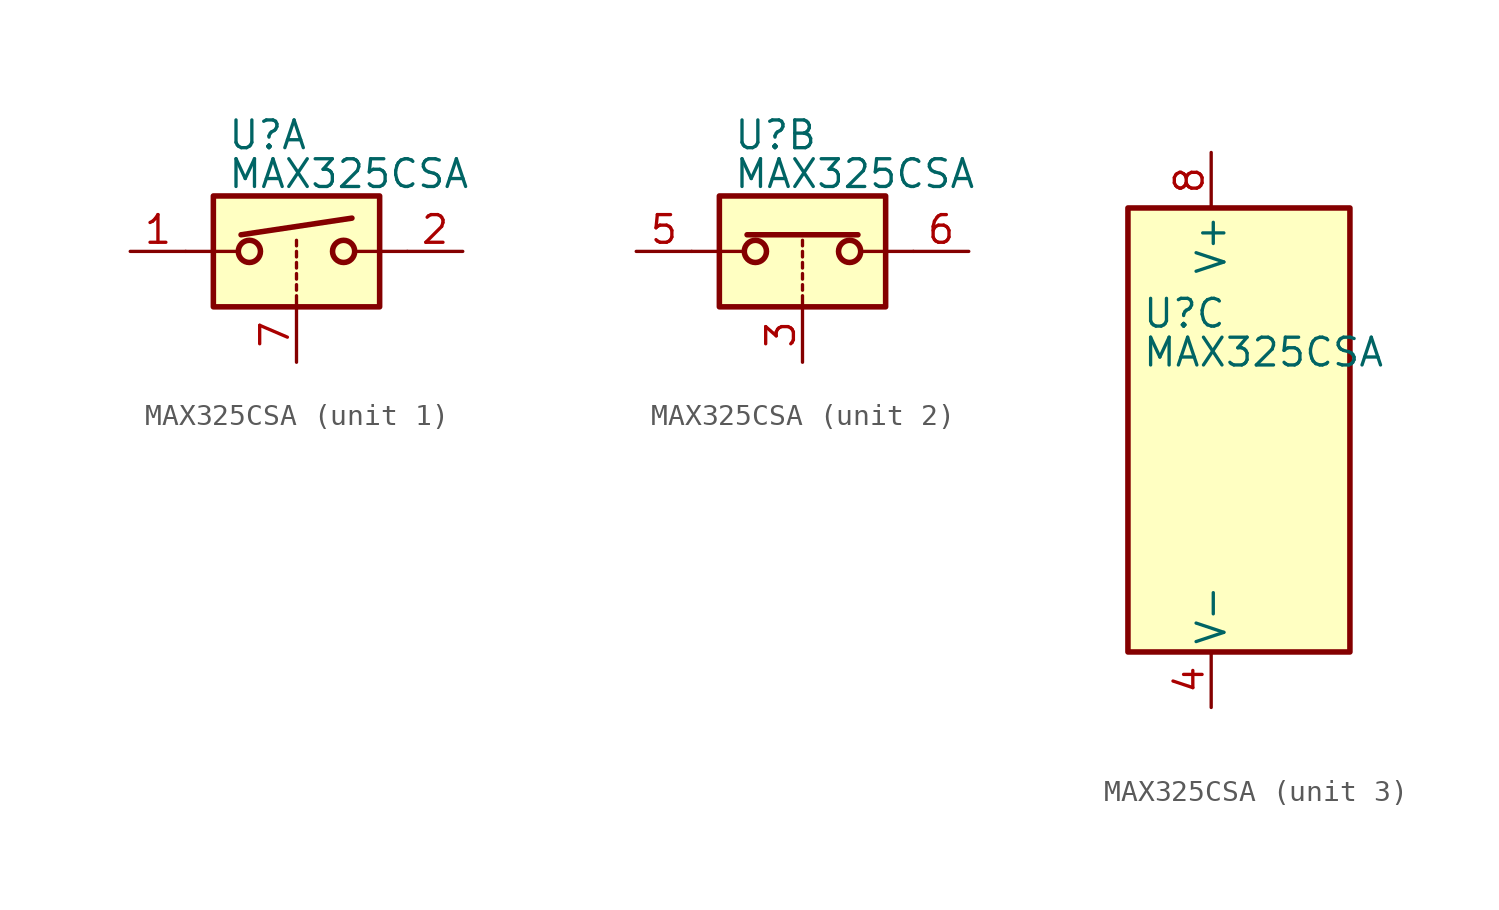
<source format=kicad_sym>
(kicad_symbol_lib
  (version 20211014)
  (generator kicad_symbol_editor)
  (symbol "MAX325CSA"
    (pin_names
      (offset 0.254))
    (property "Reference" "U"
      (at -3.175 5.334 0)
      (effects (font (size 1.27 1.27)) (justify left)))
    (property "Value" "MAX325CSA"
      (at -3.175 3.556 0)
      (effects (font (size 1.27 1.27)) (justify left)))
    (symbol "MAX325CSA_1_1"
      (rectangle (start -3.81 2.54) (end 3.81 -2.54) (stroke (width 0.254) (type default) (color 0 0 0 0)) (fill (type background)))
      (circle (center -2.159 0) (radius 0.508) (stroke (width 0.254) (type default) (color 0 0 0 0)) (fill (type none)))
      (polyline (pts (xy -5.08 0) (xy -2.794 0)) (stroke (width 0) (type default) (color 0 0 0 0)) (fill (type none)))
      (polyline (pts (xy -2.54 0.762) (xy 2.54 1.524)) (stroke (width 0.254) (type default) (color 0 0 0 0)) (fill (type none)))
      (polyline (pts (xy 0 -2.54) (xy 0 -2.032)) (stroke (width 0) (type default) (color 0 0 0 0)) (fill (type none)))
      (polyline (pts (xy 0 -1.778) (xy 0 -1.524)) (stroke (width 0) (type default) (color 0 0 0 0)) (fill (type none)))
      (polyline (pts (xy 0 -1.27) (xy 0 -1.016)) (stroke (width 0) (type default) (color 0 0 0 0)) (fill (type none)))
      (polyline (pts (xy 0 -0.762) (xy 0 -0.508)) (stroke (width 0) (type default) (color 0 0 0 0)) (fill (type none)))
      (polyline (pts (xy 0 -0.254) (xy 0 0)) (stroke (width 0) (type default) (color 0 0 0 0)) (fill (type none)))
      (polyline (pts (xy 0 0.254) (xy 0 0.508)) (stroke (width 0) (type default) (color 0 0 0 0)) (fill (type none)))
      (polyline (pts (xy 5.08 0) (xy 2.794 0)) (stroke (width 0) (type default) (color 0 0 0 0)) (fill (type none)))
      (circle (center 2.159 0) (radius 0.508) (stroke (width 0.254) (type default) (color 0 0 0 0)) (fill (type none)))
      (pin passive line (at -7.62 0 0) (length 2.54) (name "~" (effects (font (size 1.27 1.27)))) (number "1" (effects (font (size 1.27 1.27)))))
      (pin passive line (at 7.62 0 180) (length 2.54) (name "~" (effects (font (size 1.27 1.27)))) (number "2" (effects (font (size 1.27 1.27)))))
      (pin input line (at 0 -5.08 90) (length 2.54) (name "~" (effects (font (size 1.27 1.27)))) (number "7" (effects (font (size 1.27 1.27))))))
    (symbol "MAX325CSA_2_1"
      (rectangle (start -3.81 2.54) (end 3.81 -2.54) (stroke (width 0.254) (type default) (color 0 0 0 0)) (fill (type background)))
      (circle (center -2.159 0) (radius 0.508) (stroke (width 0.254) (type default) (color 0 0 0 0)) (fill (type none)))
      (polyline (pts (xy -5.08 0) (xy -2.794 0)) (stroke (width 0) (type default) (color 0 0 0 0)) (fill (type none)))
      (polyline (pts (xy -2.54 0.762) (xy 2.54 0.762)) (stroke (width 0.254) (type default) (color 0 0 0 0)) (fill (type none)))
      (polyline (pts (xy 0 -2.54) (xy 0 -2.032)) (stroke (width 0) (type default) (color 0 0 0 0)) (fill (type none)))
      (polyline (pts (xy 0 -1.778) (xy 0 -1.524)) (stroke (width 0) (type default) (color 0 0 0 0)) (fill (type none)))
      (polyline (pts (xy 0 -1.27) (xy 0 -1.016)) (stroke (width 0) (type default) (color 0 0 0 0)) (fill (type none)))
      (polyline (pts (xy 0 -0.762) (xy 0 -0.508)) (stroke (width 0) (type default) (color 0 0 0 0)) (fill (type none)))
      (polyline (pts (xy 0 -0.254) (xy 0 0)) (stroke (width 0) (type default) (color 0 0 0 0)) (fill (type none)))
      (polyline (pts (xy 0 0.254) (xy 0 0.508)) (stroke (width 0) (type default) (color 0 0 0 0)) (fill (type none)))
      (polyline (pts (xy 5.08 0) (xy 2.794 0)) (stroke (width 0) (type default) (color 0 0 0 0)) (fill (type none)))
      (circle (center 2.159 0) (radius 0.508) (stroke (width 0.254) (type default) (color 0 0 0 0)) (fill (type none)))
      (pin input line (at 0 -5.08 90) (length 2.54) (name "~" (effects (font (size 1.27 1.27)))) (number "3" (effects (font (size 1.27 1.27)))))
      (pin passive line (at -7.62 0 0) (length 2.54) (name "~" (effects (font (size 1.27 1.27)))) (number "5" (effects (font (size 1.27 1.27)))))
      (pin passive line (at 7.62 0 180) (length 2.54) (name "~" (effects (font (size 1.27 1.27)))) (number "6" (effects (font (size 1.27 1.27))))))
    (symbol "MAX325CSA_3_0"
      (pin power_in line (at 0 -12.7 90) (length 2.54) (name "V-" (effects (font (size 1.27 1.27)))) (number "4" (effects (font (size 1.27 1.27)))))
      (pin power_in line (at 0 12.7 270) (length 2.54) (name "V+" (effects (font (size 1.27 1.27)))) (number "8" (effects (font (size 1.27 1.27))))))
    (symbol "MAX325CSA_3_1"
      (rectangle (start -3.81 10.16) (end 6.35 -10.16) (stroke (width 0.254) (type default) (color 0 0 0 0)) (fill (type background))))))
</source>
